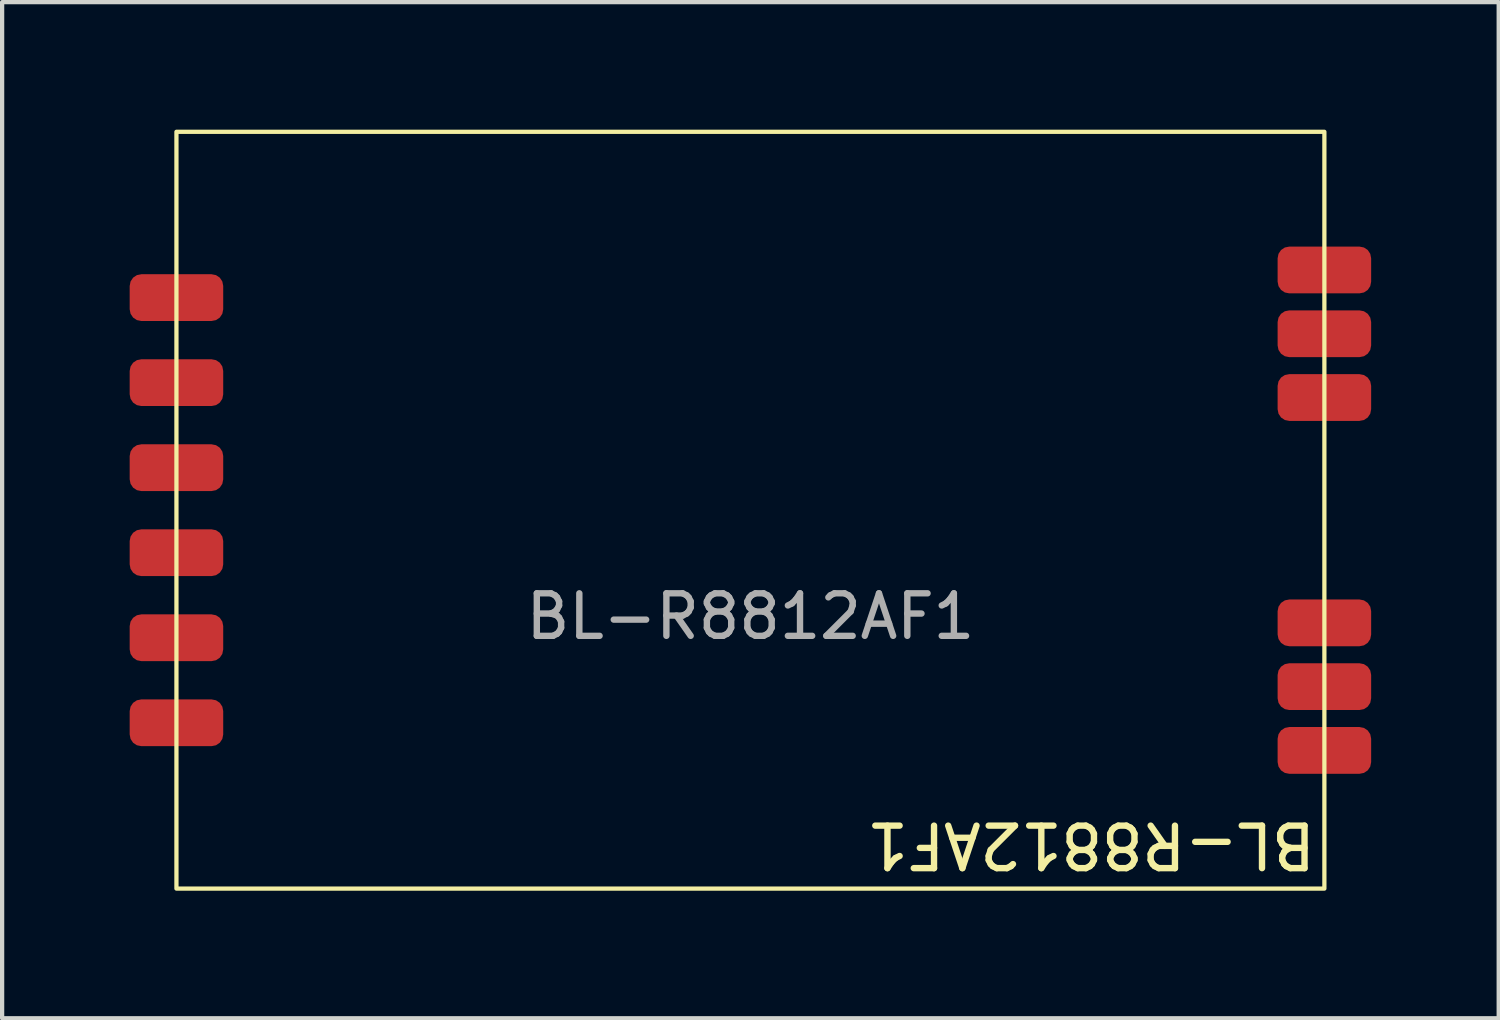
<source format=kicad_pcb>
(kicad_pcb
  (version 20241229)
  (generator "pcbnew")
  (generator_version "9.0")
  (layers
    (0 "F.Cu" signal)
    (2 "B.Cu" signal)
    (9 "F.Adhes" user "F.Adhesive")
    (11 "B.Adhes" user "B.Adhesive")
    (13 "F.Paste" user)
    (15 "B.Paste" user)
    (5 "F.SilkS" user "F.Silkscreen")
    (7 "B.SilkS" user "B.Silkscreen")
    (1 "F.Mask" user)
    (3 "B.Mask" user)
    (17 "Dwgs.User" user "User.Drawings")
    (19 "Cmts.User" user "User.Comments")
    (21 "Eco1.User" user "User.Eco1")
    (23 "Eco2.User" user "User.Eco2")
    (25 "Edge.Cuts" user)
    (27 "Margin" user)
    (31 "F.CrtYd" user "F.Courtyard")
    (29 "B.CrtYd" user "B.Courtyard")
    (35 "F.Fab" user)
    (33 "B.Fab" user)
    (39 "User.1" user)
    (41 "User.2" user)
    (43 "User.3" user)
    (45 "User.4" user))
  (footprint "BL-R8812AF1"
    (layer "F.Cu")
    (at 14.6 8.95)
    (property "Reference" "BL-R8812AF1" (at 8.009 7.874 180) (unlocked yes) (layer "F.SilkS") (effects (font (size 1 1) (thickness 0.15))))
    (attr smd)
    (fp_rect (start -13.5 -8.9) (end 13.5 8.9) (stroke (width 0.1) (type default)) (fill no) (layer "F.SilkS"))
    (fp_text user "${REFERENCE}" (at 0 2.5 0) (unlocked yes) (layer "F.Fab") (effects (font (size 1 1) (thickness 0.15))))
    (pad "1" smd roundrect (at -13.5 5) (size 2.2 1.1) (layers "F.Cu" "F.Mask" "F.Paste") (roundrect_rratio 0.25))
    (pad "2" smd roundrect (at -13.5 3) (size 2.2 1.1) (layers "F.Cu" "F.Mask" "F.Paste") (roundrect_rratio 0.25))
    (pad "3" smd roundrect (at -13.5 1) (size 2.2 1.1) (layers "F.Cu" "F.Mask" "F.Paste") (roundrect_rratio 0.25))
    (pad "4" smd roundrect (at -13.5 -1) (size 2.2 1.1) (layers "F.Cu" "F.Mask" "F.Paste") (roundrect_rratio 0.25))
    (pad "5" smd roundrect (at -13.5 -3) (size 2.2 1.1) (layers "F.Cu" "F.Mask" "F.Paste") (roundrect_rratio 0.25))
    (pad "6" smd roundrect (at -13.5 -5) (size 2.2 1.1) (layers "F.Cu" "F.Mask" "F.Paste") (roundrect_rratio 0.25))
    (pad "7" smd roundrect (at 13.5 -5.65) (size 2.2 1.1) (layers "F.Cu" "F.Mask" "F.Paste") (roundrect_rratio 0.25))
    (pad "8" smd roundrect (at 13.5 -4.15) (size 2.2 1.1) (layers "F.Cu" "F.Mask" "F.Paste") (roundrect_rratio 0.25))
    (pad "9" smd roundrect (at 13.5 -2.65) (size 2.2 1.1) (layers "F.Cu" "F.Mask" "F.Paste") (roundrect_rratio 0.25))
    (pad "10" smd roundrect (at 13.5 2.65) (size 2.2 1.1) (layers "F.Cu" "F.Mask" "F.Paste") (roundrect_rratio 0.25))
    (pad "11" smd roundrect (at 13.5 4.15) (size 2.2 1.1) (layers "F.Cu" "F.Mask" "F.Paste") (roundrect_rratio 0.25))
    (pad "12" smd roundrect (at 13.5 5.65) (size 2.2 1.1) (layers "F.Cu" "F.Mask" "F.Paste") (roundrect_rratio 0.25)))
  (gr_rect
    (start -3 -3)
    (end 32.2 20.9)
    (stroke (width 0.1) (type default))
    (fill no)
    (layer "Edge.Cuts")))
</source>
